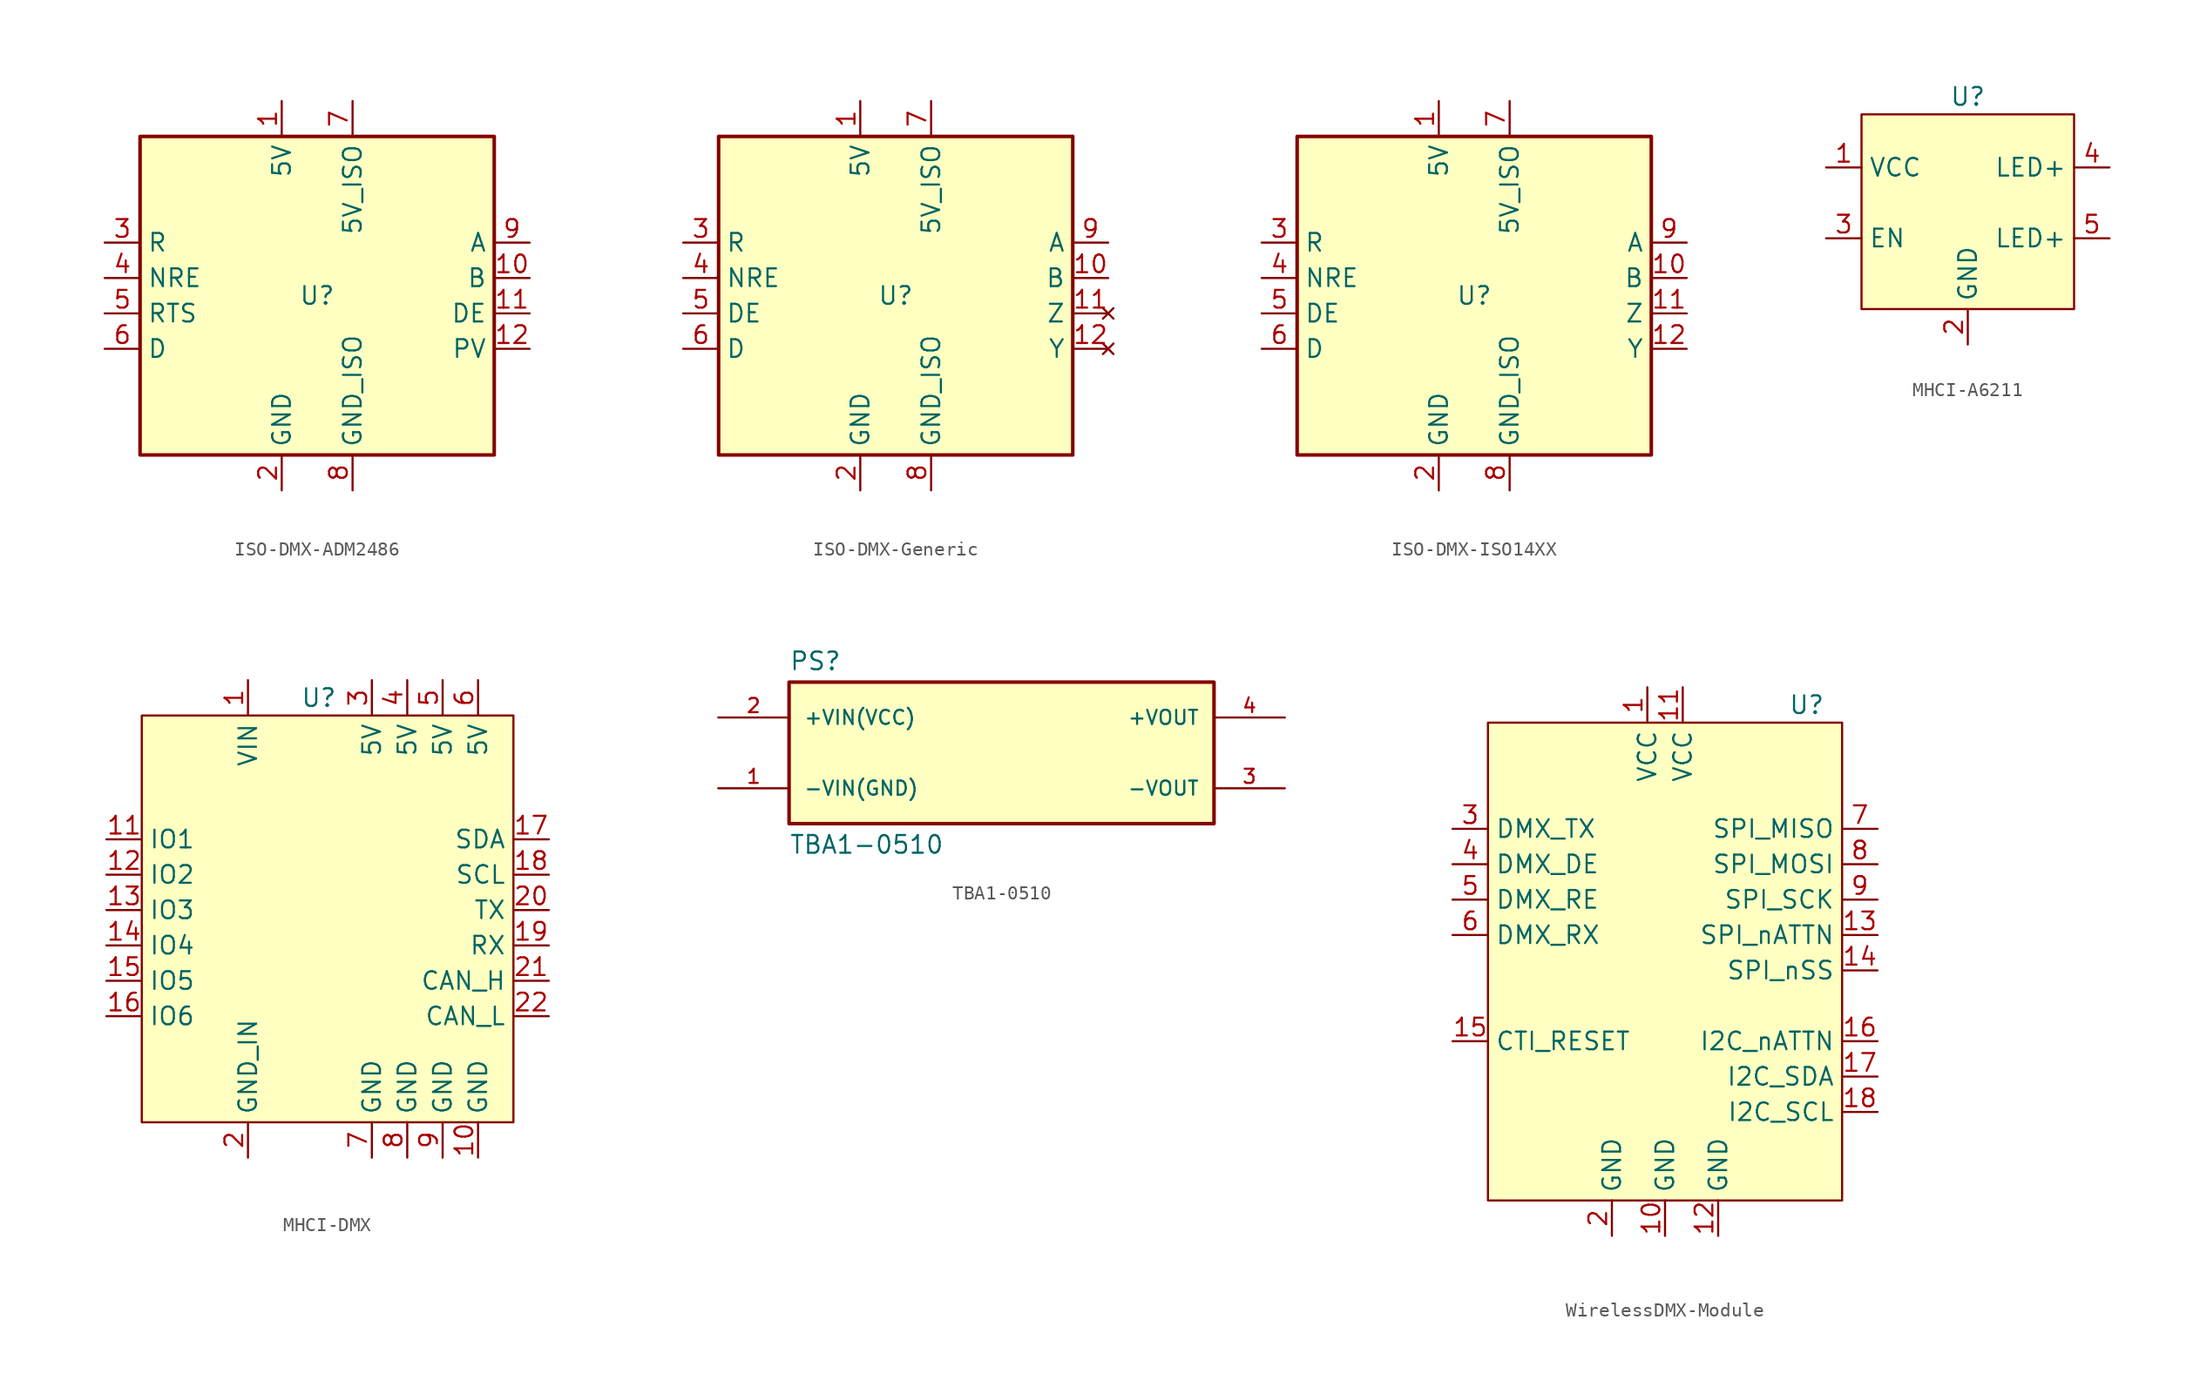
<source format=kicad_sym>
(kicad_symbol_lib
  (version 20231120)
  (generator "kicad_symbol_editor")
  (generator_version "8.0")
  (symbol "ISO-DMX-ADM2486"
    (property "Reference" "U"
      (at 0 0 0)
      (effects (font (size 1.27 1.27))))
    (property "Value" ""
      (at 0 0 0)
      (effects (font (size 1.27 1.27))))
    (symbol "ISO-DMX-ADM2486_0_1"
      (rectangle (start -12.7 11.43) (end 12.7 -11.43) (stroke (width 0.254) (type default)) (fill (type background))))
    (symbol "ISO-DMX-ADM2486_1_1"
      (pin power_in line (at -2.54 13.97 270) (length 2.54) (name "5V" (effects (font (size 1.27 1.27)))) (number "1" (effects (font (size 1.27 1.27)))))
      (pin input line (at 15.24 1.27 180) (length 2.54) (name "B" (effects (font (size 1.27 1.27)))) (number "10" (effects (font (size 1.27 1.27)))))
      (pin input line (at 15.24 -1.27 180) (length 2.54) (name "DE" (effects (font (size 1.27 1.27)))) (number "11" (effects (font (size 1.27 1.27)))))
      (pin input line (at 15.24 -3.81 180) (length 2.54) (name "PV" (effects (font (size 1.27 1.27)))) (number "12" (effects (font (size 1.27 1.27)))))
      (pin power_in line (at -2.54 -13.97 90) (length 2.54) (name "GND" (effects (font (size 1.27 1.27)))) (number "2" (effects (font (size 1.27 1.27)))))
      (pin input line (at -15.24 3.81 0) (length 2.54) (name "R" (effects (font (size 1.27 1.27)))) (number "3" (effects (font (size 1.27 1.27)))))
      (pin input line (at -15.24 1.27 0) (length 2.54) (name "NRE" (effects (font (size 1.27 1.27)))) (number "4" (effects (font (size 1.27 1.27)))))
      (pin input line (at -15.24 -1.27 0) (length 2.54) (name "RTS" (effects (font (size 1.27 1.27)))) (number "5" (effects (font (size 1.27 1.27)))))
      (pin input line (at -15.24 -3.81 0) (length 2.54) (name "D" (effects (font (size 1.27 1.27)))) (number "6" (effects (font (size 1.27 1.27)))))
      (pin power_in line (at 2.54 13.97 270) (length 2.54) (name "5V_ISO" (effects (font (size 1.27 1.27)))) (number "7" (effects (font (size 1.27 1.27)))))
      (pin power_in line (at 2.54 -13.97 90) (length 2.54) (name "GND_ISO" (effects (font (size 1.27 1.27)))) (number "8" (effects (font (size 1.27 1.27)))))
      (pin input line (at 15.24 3.81 180) (length 2.54) (name "A" (effects (font (size 1.27 1.27)))) (number "9" (effects (font (size 1.27 1.27)))))))
  (symbol "ISO-DMX-Generic"
    (property "Reference" "U"
      (at 0 0 0)
      (effects (font (size 1.27 1.27))))
    (property "Value" ""
      (at 0 0 0)
      (effects (font (size 1.27 1.27))))
    (symbol "ISO-DMX-Generic_0_1"
      (rectangle (start -12.7 11.43) (end 12.7 -11.43) (stroke (width 0.254) (type default)) (fill (type background))))
    (symbol "ISO-DMX-Generic_1_1"
      (pin power_in line (at -2.54 13.97 270) (length 2.54) (name "5V" (effects (font (size 1.27 1.27)))) (number "1" (effects (font (size 1.27 1.27)))))
      (pin input line (at 15.24 1.27 180) (length 2.54) (name "B" (effects (font (size 1.27 1.27)))) (number "10" (effects (font (size 1.27 1.27)))))
      (pin no_connect line (at 15.24 -1.27 180) (length 2.54) (name "Z" (effects (font (size 1.27 1.27)))) (number "11" (effects (font (size 1.27 1.27)))))
      (pin no_connect line (at 15.24 -3.81 180) (length 2.54) (name "Y" (effects (font (size 1.27 1.27)))) (number "12" (effects (font (size 1.27 1.27)))))
      (pin power_in line (at -2.54 -13.97 90) (length 2.54) (name "GND" (effects (font (size 1.27 1.27)))) (number "2" (effects (font (size 1.27 1.27)))))
      (pin input line (at -15.24 3.81 0) (length 2.54) (name "R" (effects (font (size 1.27 1.27)))) (number "3" (effects (font (size 1.27 1.27)))))
      (pin input line (at -15.24 1.27 0) (length 2.54) (name "NRE" (effects (font (size 1.27 1.27)))) (number "4" (effects (font (size 1.27 1.27)))))
      (pin input line (at -15.24 -1.27 0) (length 2.54) (name "DE" (effects (font (size 1.27 1.27)))) (number "5" (effects (font (size 1.27 1.27)))))
      (pin input line (at -15.24 -3.81 0) (length 2.54) (name "D" (effects (font (size 1.27 1.27)))) (number "6" (effects (font (size 1.27 1.27)))))
      (pin power_in line (at 2.54 13.97 270) (length 2.54) (name "5V_ISO" (effects (font (size 1.27 1.27)))) (number "7" (effects (font (size 1.27 1.27)))))
      (pin power_in line (at 2.54 -13.97 90) (length 2.54) (name "GND_ISO" (effects (font (size 1.27 1.27)))) (number "8" (effects (font (size 1.27 1.27)))))
      (pin input line (at 15.24 3.81 180) (length 2.54) (name "A" (effects (font (size 1.27 1.27)))) (number "9" (effects (font (size 1.27 1.27)))))))
  (symbol "ISO-DMX-ISO14XX"
    (property "Reference" "U"
      (at 0 0 0)
      (effects (font (size 1.27 1.27))))
    (property "Value" ""
      (at 0 0 0)
      (effects (font (size 1.27 1.27))))
    (symbol "ISO-DMX-ISO14XX_0_1"
      (rectangle (start -12.7 11.43) (end 12.7 -11.43) (stroke (width 0.254) (type default)) (fill (type background))))
    (symbol "ISO-DMX-ISO14XX_1_1"
      (pin power_in line (at -2.54 13.97 270) (length 2.54) (name "5V" (effects (font (size 1.27 1.27)))) (number "1" (effects (font (size 1.27 1.27)))))
      (pin input line (at 15.24 1.27 180) (length 2.54) (name "B" (effects (font (size 1.27 1.27)))) (number "10" (effects (font (size 1.27 1.27)))))
      (pin input line (at 15.24 -1.27 180) (length 2.54) (name "Z" (effects (font (size 1.27 1.27)))) (number "11" (effects (font (size 1.27 1.27)))))
      (pin input line (at 15.24 -3.81 180) (length 2.54) (name "Y" (effects (font (size 1.27 1.27)))) (number "12" (effects (font (size 1.27 1.27)))))
      (pin power_in line (at -2.54 -13.97 90) (length 2.54) (name "GND" (effects (font (size 1.27 1.27)))) (number "2" (effects (font (size 1.27 1.27)))))
      (pin input line (at -15.24 3.81 0) (length 2.54) (name "R" (effects (font (size 1.27 1.27)))) (number "3" (effects (font (size 1.27 1.27)))))
      (pin input line (at -15.24 1.27 0) (length 2.54) (name "NRE" (effects (font (size 1.27 1.27)))) (number "4" (effects (font (size 1.27 1.27)))))
      (pin input line (at -15.24 -1.27 0) (length 2.54) (name "DE" (effects (font (size 1.27 1.27)))) (number "5" (effects (font (size 1.27 1.27)))))
      (pin input line (at -15.24 -3.81 0) (length 2.54) (name "D" (effects (font (size 1.27 1.27)))) (number "6" (effects (font (size 1.27 1.27)))))
      (pin power_in line (at 2.54 13.97 270) (length 2.54) (name "5V_ISO" (effects (font (size 1.27 1.27)))) (number "7" (effects (font (size 1.27 1.27)))))
      (pin power_in line (at 2.54 -13.97 90) (length 2.54) (name "GND_ISO" (effects (font (size 1.27 1.27)))) (number "8" (effects (font (size 1.27 1.27)))))
      (pin input line (at 15.24 3.81 180) (length 2.54) (name "A" (effects (font (size 1.27 1.27)))) (number "9" (effects (font (size 1.27 1.27)))))))
  (symbol "MHCI-A6211"
    (property "Reference" "U"
      (at 0 0 0)
      (effects (font (size 1.27 1.27))))
    (property "Value" ""
      (at 0 0 0)
      (effects (font (size 1.27 1.27))))
    (symbol "MHCI-A6211_1_1"
      (rectangle (start -7.62 -1.27) (end 7.62 -15.24) (stroke (width 0) (type default)) (fill (type background)))
      (pin power_in line (at -10.16 -5.08 0) (length 2.54) (name "VCC" (effects (font (size 1.27 1.27)))) (number "1" (effects (font (size 1.27 1.27)))))
      (pin power_in line (at 0 -17.78 90) (length 2.54) (name "GND" (effects (font (size 1.27 1.27)))) (number "2" (effects (font (size 1.27 1.27)))))
      (pin input line (at -10.16 -10.16 0) (length 2.54) (name "EN" (effects (font (size 1.27 1.27)))) (number "3" (effects (font (size 1.27 1.27)))))
      (pin power_out line (at 10.16 -5.08 180) (length 2.54) (name "LED+" (effects (font (size 1.27 1.27)))) (number "4" (effects (font (size 1.27 1.27)))))
      (pin power_out line (at 10.16 -10.16 180) (length 2.54) (name "LED+" (effects (font (size 1.27 1.27)))) (number "5" (effects (font (size 1.27 1.27)))))))
  (symbol "MHCI-DMX"
    (property "Reference" "U"
      (at 0 0 0)
      (effects (font (size 1.27 1.27))))
    (property "Value" ""
      (at 0 0 0)
      (effects (font (size 1.27 1.27))))
    (symbol "MHCI-DMX_1_1"
      (rectangle (start -12.7 -1.27) (end 13.97 -30.48) (stroke (width 0) (type default)) (fill (type background)))
      (pin power_in line (at -5.08 1.27 270) (length 2.54) (name "VIN" (effects (font (size 1.27 1.27)))) (number "1" (effects (font (size 1.27 1.27)))))
      (pin power_out line (at 11.43 -33.02 90) (length 2.54) (name "GND" (effects (font (size 1.27 1.27)))) (number "10" (effects (font (size 1.27 1.27)))))
      (pin bidirectional line (at -15.24 -10.16 0) (length 2.54) (name "IO1" (effects (font (size 1.27 1.27)))) (number "11" (effects (font (size 1.27 1.27)))))
      (pin bidirectional line (at -15.24 -12.7 0) (length 2.54) (name "IO2" (effects (font (size 1.27 1.27)))) (number "12" (effects (font (size 1.27 1.27)))))
      (pin bidirectional line (at -15.24 -15.24 0) (length 2.54) (name "IO3" (effects (font (size 1.27 1.27)))) (number "13" (effects (font (size 1.27 1.27)))))
      (pin bidirectional line (at -15.24 -17.78 0) (length 2.54) (name "IO4" (effects (font (size 1.27 1.27)))) (number "14" (effects (font (size 1.27 1.27)))))
      (pin bidirectional line (at -15.24 -20.32 0) (length 2.54) (name "IO5" (effects (font (size 1.27 1.27)))) (number "15" (effects (font (size 1.27 1.27)))))
      (pin bidirectional line (at -15.24 -22.86 0) (length 2.54) (name "IO6" (effects (font (size 1.27 1.27)))) (number "16" (effects (font (size 1.27 1.27)))))
      (pin bidirectional line (at 16.51 -10.16 180) (length 2.54) (name "SDA" (effects (font (size 1.27 1.27)))) (number "17" (effects (font (size 1.27 1.27)))))
      (pin output line (at 16.51 -12.7 180) (length 2.54) (name "SCL" (effects (font (size 1.27 1.27)))) (number "18" (effects (font (size 1.27 1.27)))))
      (pin input line (at 16.51 -17.78 180) (length 2.54) (name "RX" (effects (font (size 1.27 1.27)))) (number "19" (effects (font (size 1.27 1.27)))))
      (pin power_in line (at -5.08 -33.02 90) (length 2.54) (name "GND_IN" (effects (font (size 1.27 1.27)))) (number "2" (effects (font (size 1.27 1.27)))))
      (pin output line (at 16.51 -15.24 180) (length 2.54) (name "TX" (effects (font (size 1.27 1.27)))) (number "20" (effects (font (size 1.27 1.27)))))
      (pin bidirectional line (at 16.51 -20.32 180) (length 2.54) (name "CAN_H" (effects (font (size 1.27 1.27)))) (number "21" (effects (font (size 1.27 1.27)))))
      (pin bidirectional line (at 16.51 -22.86 180) (length 2.54) (name "CAN_L" (effects (font (size 1.27 1.27)))) (number "22" (effects (font (size 1.27 1.27)))))
      (pin power_out line (at 3.81 1.27 270) (length 2.54) (name "5V" (effects (font (size 1.27 1.27)))) (number "3" (effects (font (size 1.27 1.27)))))
      (pin power_out line (at 6.35 1.27 270) (length 2.54) (name "5V" (effects (font (size 1.27 1.27)))) (number "4" (effects (font (size 1.27 1.27)))))
      (pin power_out line (at 8.89 1.27 270) (length 2.54) (name "5V" (effects (font (size 1.27 1.27)))) (number "5" (effects (font (size 1.27 1.27)))))
      (pin power_out line (at 11.43 1.27 270) (length 2.54) (name "5V" (effects (font (size 1.27 1.27)))) (number "6" (effects (font (size 1.27 1.27)))))
      (pin power_out line (at 3.81 -33.02 90) (length 2.54) (name "GND" (effects (font (size 1.27 1.27)))) (number "7" (effects (font (size 1.27 1.27)))))
      (pin power_out line (at 6.35 -33.02 90) (length 2.54) (name "GND" (effects (font (size 1.27 1.27)))) (number "8" (effects (font (size 1.27 1.27)))))
      (pin power_out line (at 8.89 -33.02 90) (length 2.54) (name "GND" (effects (font (size 1.27 1.27)))) (number "9" (effects (font (size 1.27 1.27)))))))
  (symbol "TBA1-0510"
    (pin_names
      (offset 1.016))
    (property "Reference" "PS"
      (at -15.24 5.842 0)
      (effects (font (size 1.27 1.27)) (justify left bottom)))
    (property "Value" "TBA1-0510"
      (at -15.24 -5.842 0)
      (effects (font (size 1.27 1.27)) (justify left top)))
    (symbol "TBA1-0510_0_0"
      (rectangle (start -15.24 -5.08) (end 15.24 5.08) (stroke (width 0.254) (type default)) (fill (type background)))
      (pin input line (at -20.32 -2.54 0) (length 5.08) (name "-VIN(GND)" (effects (font (size 1.016 1.016)))) (number "1" (effects (font (size 1.016 1.016)))))
      (pin input line (at -20.32 2.54 0) (length 5.08) (name "+VIN(VCC)" (effects (font (size 1.016 1.016)))) (number "2" (effects (font (size 1.016 1.016)))))
      (pin output line (at 20.32 -2.54 180) (length 5.08) (name "-VOUT" (effects (font (size 1.016 1.016)))) (number "3" (effects (font (size 1.016 1.016)))))
      (pin output line (at 20.32 2.54 180) (length 5.08) (name "+VOUT" (effects (font (size 1.016 1.016)))) (number "4" (effects (font (size 1.016 1.016)))))))
  (symbol "WirelessDMX-Module"
    (property "Reference" "U"
      (at 10.16 0 0)
      (effects (font (size 1.27 1.27))))
    (property "Value" ""
      (at 0 0 0)
      (effects (font (size 1.27 1.27))))
    (symbol "WirelessDMX-Module_1_1"
      (rectangle (start -12.7 -1.27) (end 12.7 -35.56) (stroke (width 0) (type default)) (fill (type background)))
      (pin power_in line (at -1.27 1.27 270) (length 2.54) (name "VCC" (effects (font (size 1.27 1.27)))) (number "1" (effects (font (size 1.27 1.27)))))
      (pin power_in line (at 0 -38.1 90) (length 2.54) (name "GND" (effects (font (size 1.27 1.27)))) (number "10" (effects (font (size 1.27 1.27)))))
      (pin power_in line (at 1.27 1.27 270) (length 2.54) (name "VCC" (effects (font (size 1.27 1.27)))) (number "11" (effects (font (size 1.27 1.27)))))
      (pin power_in line (at 3.81 -38.1 90) (length 2.54) (name "GND" (effects (font (size 1.27 1.27)))) (number "12" (effects (font (size 1.27 1.27)))))
      (pin output line (at 15.24 -16.51 180) (length 2.54) (name "SPI_nATTN" (effects (font (size 1.27 1.27)))) (number "13" (effects (font (size 1.27 1.27)))))
      (pin input line (at 15.24 -19.05 180) (length 2.54) (name "SPI_nSS" (effects (font (size 1.27 1.27)))) (number "14" (effects (font (size 1.27 1.27)))))
      (pin input line (at -15.24 -24.13 0) (length 2.54) (name "CTI_RESET" (effects (font (size 1.27 1.27)))) (number "15" (effects (font (size 1.27 1.27)))))
      (pin output line (at 15.24 -24.13 180) (length 2.54) (name "I2C_nATTN" (effects (font (size 1.27 1.27)))) (number "16" (effects (font (size 1.27 1.27)))))
      (pin bidirectional line (at 15.24 -26.67 180) (length 2.54) (name "I2C_SDA" (effects (font (size 1.27 1.27)))) (number "17" (effects (font (size 1.27 1.27)))))
      (pin input line (at 15.24 -29.21 180) (length 2.54) (name "I2C_SCL" (effects (font (size 1.27 1.27)))) (number "18" (effects (font (size 1.27 1.27)))))
      (pin power_in line (at -3.81 -38.1 90) (length 2.54) (name "GND" (effects (font (size 1.27 1.27)))) (number "2" (effects (font (size 1.27 1.27)))))
      (pin output line (at -15.24 -8.89 0) (length 2.54) (name "DMX_TX" (effects (font (size 1.27 1.27)))) (number "3" (effects (font (size 1.27 1.27)))))
      (pin input line (at -15.24 -11.43 0) (length 2.54) (name "DMX_DE" (effects (font (size 1.27 1.27)))) (number "4" (effects (font (size 1.27 1.27)))))
      (pin input line (at -15.24 -13.97 0) (length 2.54) (name "DMX_RE" (effects (font (size 1.27 1.27)))) (number "5" (effects (font (size 1.27 1.27)))))
      (pin output line (at -15.24 -16.51 0) (length 2.54) (name "DMX_RX" (effects (font (size 1.27 1.27)))) (number "6" (effects (font (size 1.27 1.27)))))
      (pin output line (at 15.24 -8.89 180) (length 2.54) (name "SPI_MISO" (effects (font (size 1.27 1.27)))) (number "7" (effects (font (size 1.27 1.27)))))
      (pin input line (at 15.24 -11.43 180) (length 2.54) (name "SPI_MOSI" (effects (font (size 1.27 1.27)))) (number "8" (effects (font (size 1.27 1.27)))))
      (pin input line (at 15.24 -13.97 180) (length 2.54) (name "SPI_SCK" (effects (font (size 1.27 1.27)))) (number "9" (effects (font (size 1.27 1.27))))))))
</source>
